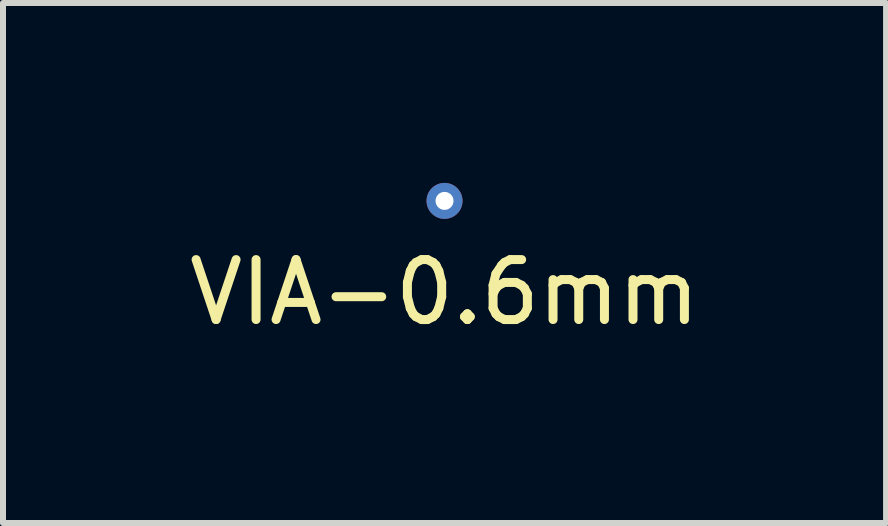
<source format=kicad_pcb>
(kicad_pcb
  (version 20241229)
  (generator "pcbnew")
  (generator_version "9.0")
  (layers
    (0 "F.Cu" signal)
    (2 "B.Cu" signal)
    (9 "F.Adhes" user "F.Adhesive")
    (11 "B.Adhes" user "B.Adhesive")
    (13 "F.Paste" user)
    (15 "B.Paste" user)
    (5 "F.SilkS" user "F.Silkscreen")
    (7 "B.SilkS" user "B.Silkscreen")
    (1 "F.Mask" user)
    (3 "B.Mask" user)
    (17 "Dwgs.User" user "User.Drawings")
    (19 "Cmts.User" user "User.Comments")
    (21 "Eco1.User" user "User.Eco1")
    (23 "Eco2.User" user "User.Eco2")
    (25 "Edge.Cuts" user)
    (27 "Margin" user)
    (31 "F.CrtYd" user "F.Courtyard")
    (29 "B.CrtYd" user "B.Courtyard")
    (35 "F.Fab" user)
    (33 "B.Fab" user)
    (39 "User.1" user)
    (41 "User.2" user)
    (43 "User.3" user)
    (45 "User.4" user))
  (footprint "VIA-0.6mm"
    (layer "F.Cu")
    (at 4.363 0.3)
    (property "Reference" "VIA-0.6mm" (at 0 1.524 0) (layer "F.SilkS") (effects (font (size 1 1) (thickness 0.15))))
    (attr through_hole)
    (pad "1" thru_hole circle (at 0 0) (size 0.6 0.6) (drill 0.3) (layers "*.Cu")))
  (gr_rect
    (start -3 -3)
    (end 11.726 5.672)
    (stroke (width 0.1) (type default))
    (fill no)
    (layer "Edge.Cuts")))
</source>
